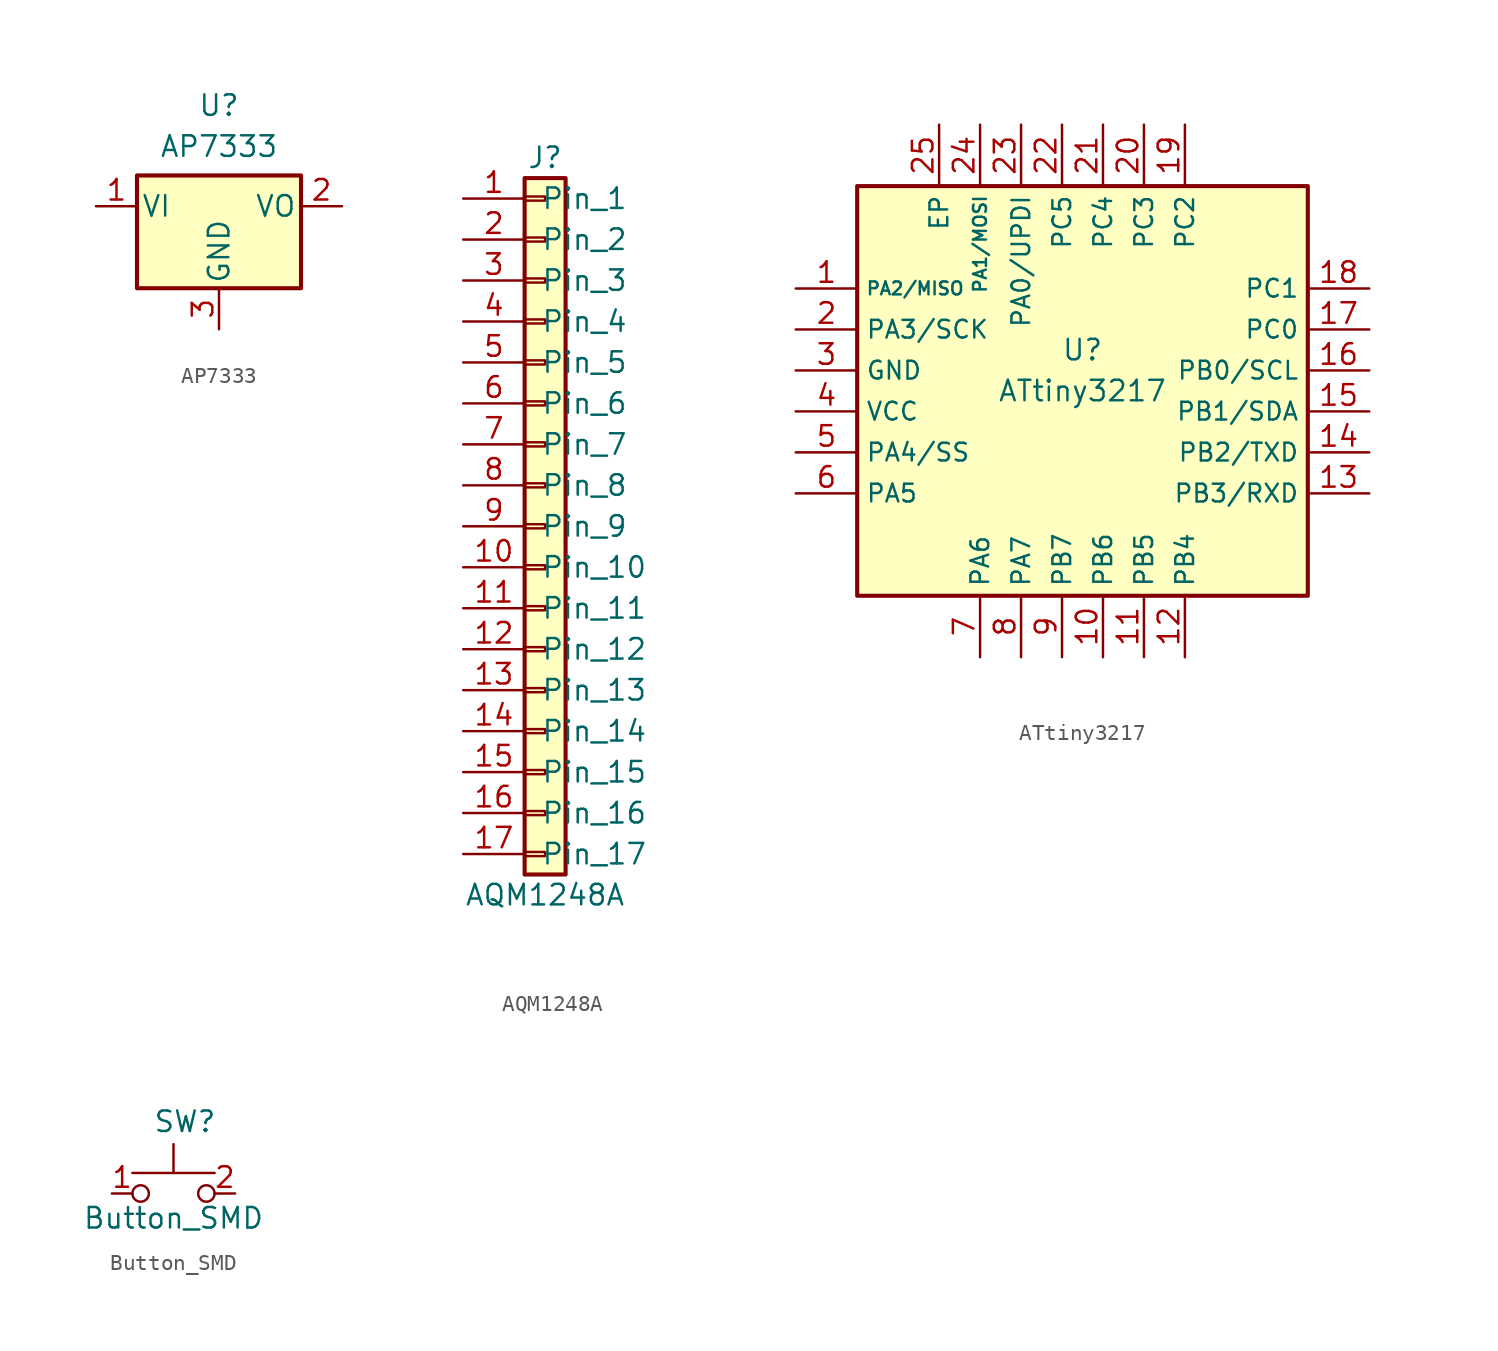
<source format=kicad_sym>
(kicad_symbol_lib
  (version 20220914)
  (generator kicad_symbol_editor)
  (symbol "AP7333"
    (pin_names
      (offset 0.254))
    (property "Reference" "U"
      (at 0 6.985 0)
      (effects (font (size 1.27 1.27)) (justify top)))
    (property "Value" "AP7333"
      (at 0 4.445 0)
      (effects (font (size 1.27 1.27)) (justify top)))
    (symbol "AP7333_0_1"
      (rectangle (start -5.08 -5.08) (end 5.08 1.905) (stroke (width 0.254) (type default)) (fill (type background))))
    (symbol "AP7333_1_1"
      (pin power_in line (at -7.62 0 0) (length 2.54) (name "VI" (effects (font (size 1.27 1.27)))) (number "1" (effects (font (size 1.27 1.27)))))
      (pin power_out line (at 7.62 0 180) (length 2.54) (name "VO" (effects (font (size 1.27 1.27)))) (number "2" (effects (font (size 1.27 1.27)))))
      (pin power_in line (at 0 -7.62 90) (length 2.54) (name "GND" (effects (font (size 1.27 1.27)))) (number "3" (effects (font (size 1.27 1.27)))))))
  (symbol "AQM1248A"
    (pin_names
      (offset 1.016))
    (property "Reference" "J"
      (at 0 22.86 0)
      (effects (font (size 1.27 1.27))))
    (property "Value" "AQM1248A"
      (at 0 -22.86 0)
      (effects (font (size 1.27 1.27))))
    (symbol "AQM1248A_1_1"
      (rectangle (start -1.27 -20.193) (end 0 -20.447) (stroke (width 0.152) (type default)) (fill (type none)))
      (rectangle (start -1.27 -17.653) (end 0 -17.907) (stroke (width 0.152) (type default)) (fill (type none)))
      (rectangle (start -1.27 -15.113) (end 0 -15.367) (stroke (width 0.152) (type default)) (fill (type none)))
      (rectangle (start -1.27 -12.573) (end 0 -12.827) (stroke (width 0.152) (type default)) (fill (type none)))
      (rectangle (start -1.27 -10.033) (end 0 -10.287) (stroke (width 0.152) (type default)) (fill (type none)))
      (rectangle (start -1.27 -7.493) (end 0 -7.747) (stroke (width 0.152) (type default)) (fill (type none)))
      (rectangle (start -1.27 -4.953) (end 0 -5.207) (stroke (width 0.152) (type default)) (fill (type none)))
      (rectangle (start -1.27 -2.413) (end 0 -2.667) (stroke (width 0.152) (type default)) (fill (type none)))
      (rectangle (start -1.27 0.127) (end 0 -0.127) (stroke (width 0.152) (type default)) (fill (type none)))
      (rectangle (start -1.27 2.667) (end 0 2.413) (stroke (width 0.152) (type default)) (fill (type none)))
      (rectangle (start -1.27 5.207) (end 0 4.953) (stroke (width 0.152) (type default)) (fill (type none)))
      (rectangle (start -1.27 7.747) (end 0 7.493) (stroke (width 0.152) (type default)) (fill (type none)))
      (rectangle (start -1.27 10.287) (end 0 10.033) (stroke (width 0.152) (type default)) (fill (type none)))
      (rectangle (start -1.27 12.827) (end 0 12.573) (stroke (width 0.152) (type default)) (fill (type none)))
      (rectangle (start -1.27 15.367) (end 0 15.113) (stroke (width 0.152) (type default)) (fill (type none)))
      (rectangle (start -1.27 17.907) (end 0 17.653) (stroke (width 0.152) (type default)) (fill (type none)))
      (rectangle (start -1.27 20.447) (end 0 20.193) (stroke (width 0.152) (type default)) (fill (type none)))
      (rectangle (start -1.27 21.59) (end 1.27 -21.59) (stroke (width 0.254) (type default)) (fill (type background)))
      (pin passive line (at -5.08 20.32 0) (length 3.81) (name "Pin_1" (effects (font (size 1.27 1.27)))) (number "1" (effects (font (size 1.27 1.27)))))
      (pin passive line (at -5.08 -2.54 0) (length 3.81) (name "Pin_10" (effects (font (size 1.27 1.27)))) (number "10" (effects (font (size 1.27 1.27)))))
      (pin passive line (at -5.08 -5.08 0) (length 3.81) (name "Pin_11" (effects (font (size 1.27 1.27)))) (number "11" (effects (font (size 1.27 1.27)))))
      (pin passive line (at -5.08 -7.62 0) (length 3.81) (name "Pin_12" (effects (font (size 1.27 1.27)))) (number "12" (effects (font (size 1.27 1.27)))))
      (pin passive line (at -5.08 -10.16 0) (length 3.81) (name "Pin_13" (effects (font (size 1.27 1.27)))) (number "13" (effects (font (size 1.27 1.27)))))
      (pin passive line (at -5.08 -12.7 0) (length 3.81) (name "Pin_14" (effects (font (size 1.27 1.27)))) (number "14" (effects (font (size 1.27 1.27)))))
      (pin passive line (at -5.08 -15.24 0) (length 3.81) (name "Pin_15" (effects (font (size 1.27 1.27)))) (number "15" (effects (font (size 1.27 1.27)))))
      (pin passive line (at -5.08 -17.78 0) (length 3.81) (name "Pin_16" (effects (font (size 1.27 1.27)))) (number "16" (effects (font (size 1.27 1.27)))))
      (pin passive line (at -5.08 -20.32 0) (length 3.81) (name "Pin_17" (effects (font (size 1.27 1.27)))) (number "17" (effects (font (size 1.27 1.27)))))
      (pin passive line (at -5.08 17.78 0) (length 3.81) (name "Pin_2" (effects (font (size 1.27 1.27)))) (number "2" (effects (font (size 1.27 1.27)))))
      (pin passive line (at -5.08 15.24 0) (length 3.81) (name "Pin_3" (effects (font (size 1.27 1.27)))) (number "3" (effects (font (size 1.27 1.27)))))
      (pin passive line (at -5.08 12.7 0) (length 3.81) (name "Pin_4" (effects (font (size 1.27 1.27)))) (number "4" (effects (font (size 1.27 1.27)))))
      (pin passive line (at -5.08 10.16 0) (length 3.81) (name "Pin_5" (effects (font (size 1.27 1.27)))) (number "5" (effects (font (size 1.27 1.27)))))
      (pin passive line (at -5.08 7.62 0) (length 3.81) (name "Pin_6" (effects (font (size 1.27 1.27)))) (number "6" (effects (font (size 1.27 1.27)))))
      (pin passive line (at -5.08 5.08 0) (length 3.81) (name "Pin_7" (effects (font (size 1.27 1.27)))) (number "7" (effects (font (size 1.27 1.27)))))
      (pin passive line (at -5.08 2.54 0) (length 3.81) (name "Pin_8" (effects (font (size 1.27 1.27)))) (number "8" (effects (font (size 1.27 1.27)))))
      (pin passive line (at -5.08 0 0) (length 3.81) (name "Pin_9" (effects (font (size 1.27 1.27)))) (number "9" (effects (font (size 1.27 1.27)))))))
  (symbol "ATtiny3217"
    (property "Reference" "U"
      (at 0 2.54 0)
      (effects (font (size 1.27 1.27))))
    (property "Value" "ATtiny3217"
      (at 0 0 0)
      (effects (font (size 1.27 1.27))))
    (symbol "ATtiny3217_0_1"
      (rectangle (start -13.97 12.7) (end 13.97 -12.7) (stroke (width 0.254) (type default)) (fill (type background))))
    (symbol "ATtiny3217_1_1"
      (pin bidirectional line (at -17.78 6.35 0) (length 3.81) (name "PA2/MISO" (effects (font (size 0.8 0.8)))) (number "1" (effects (font (size 1.27 1.27)))))
      (pin bidirectional line (at 1.27 -16.51 90) (length 3.81) (name "PB6" (effects (font (size 1.1 1.1)))) (number "10" (effects (font (size 1.27 1.27)))))
      (pin bidirectional line (at 3.81 -16.51 90) (length 3.81) (name "PB5" (effects (font (size 1.1 1.1)))) (number "11" (effects (font (size 1.27 1.27)))))
      (pin bidirectional line (at 6.35 -16.51 90) (length 3.81) (name "PB4" (effects (font (size 1.1 1.1)))) (number "12" (effects (font (size 1.27 1.27)))))
      (pin bidirectional line (at 17.78 -6.35 180) (length 3.81) (name "PB3/RXD" (effects (font (size 1.1 1.1)))) (number "13" (effects (font (size 1.27 1.27)))))
      (pin bidirectional line (at 17.78 -3.81 180) (length 3.81) (name "PB2/TXD" (effects (font (size 1.1 1.1)))) (number "14" (effects (font (size 1.27 1.27)))))
      (pin bidirectional line (at 17.78 -1.27 180) (length 3.81) (name "PB1/SDA" (effects (font (size 1.1 1.1)))) (number "15" (effects (font (size 1.27 1.27)))))
      (pin bidirectional line (at 17.78 1.27 180) (length 3.81) (name "PB0/SCL" (effects (font (size 1.1 1.1)))) (number "16" (effects (font (size 1.27 1.27)))))
      (pin bidirectional line (at 17.78 3.81 180) (length 3.81) (name "PC0" (effects (font (size 1.1 1.1)))) (number "17" (effects (font (size 1.27 1.27)))))
      (pin bidirectional line (at 17.78 6.35 180) (length 3.81) (name "PC1" (effects (font (size 1.1 1.1)))) (number "18" (effects (font (size 1.27 1.27)))))
      (pin bidirectional line (at 6.35 16.51 270) (length 3.81) (name "PC2" (effects (font (size 1.1 1.1)))) (number "19" (effects (font (size 1.27 1.27)))))
      (pin bidirectional line (at -17.78 3.81 0) (length 3.81) (name "PA3/SCK" (effects (font (size 1.1 1.1)))) (number "2" (effects (font (size 1.27 1.27)))))
      (pin bidirectional line (at 3.81 16.51 270) (length 3.81) (name "PC3" (effects (font (size 1.1 1.1)))) (number "20" (effects (font (size 1.27 1.27)))))
      (pin bidirectional line (at 1.27 16.51 270) (length 3.81) (name "PC4" (effects (font (size 1.1 1.1)))) (number "21" (effects (font (size 1.27 1.27)))))
      (pin bidirectional line (at -1.27 16.51 270) (length 3.81) (name "PC5" (effects (font (size 1.1 1.1)))) (number "22" (effects (font (size 1.27 1.27)))))
      (pin bidirectional line (at -3.81 16.51 270) (length 3.81) (name "PA0/UPDI" (effects (font (size 1.1 1.1)))) (number "23" (effects (font (size 1.27 1.27)))))
      (pin bidirectional line (at -6.35 16.51 270) (length 3.81) (name "PA1/MOSI" (effects (font (size 0.8 0.8)))) (number "24" (effects (font (size 1.27 1.27)))))
      (pin power_in line (at -8.89 16.51 270) (length 3.81) (name "EP" (effects (font (size 1.1 1.1)))) (number "25" (effects (font (size 1.27 1.27)))))
      (pin power_in line (at -17.78 1.27 0) (length 3.81) (name "GND" (effects (font (size 1.1 1.1)))) (number "3" (effects (font (size 1.27 1.27)))))
      (pin power_in line (at -17.78 -1.27 0) (length 3.81) (name "VCC" (effects (font (size 1.1 1.1)))) (number "4" (effects (font (size 1.27 1.27)))))
      (pin bidirectional line (at -17.78 -3.81 0) (length 3.81) (name "PA4/SS" (effects (font (size 1.1 1.1)))) (number "5" (effects (font (size 1.27 1.27)))))
      (pin bidirectional line (at -17.78 -6.35 0) (length 3.81) (name "PA5" (effects (font (size 1.1 1.1)))) (number "6" (effects (font (size 1.27 1.27)))))
      (pin bidirectional line (at -6.35 -16.51 90) (length 3.81) (name "PA6" (effects (font (size 1.1 1.1)))) (number "7" (effects (font (size 1.27 1.27)))))
      (pin bidirectional line (at -3.81 -16.51 90) (length 3.81) (name "PA7" (effects (font (size 1.1 1.1)))) (number "8" (effects (font (size 1.27 1.27)))))
      (pin bidirectional line (at -1.27 -16.51 90) (length 3.81) (name "PB7" (effects (font (size 1.1 1.1)))) (number "9" (effects (font (size 1.27 1.27)))))))
  (symbol "Button_SMD"
    (pin_names
      (offset 1.016) hide)
    (property "Reference" "SW"
      (at -1.27 4.445 0)
      (effects (font (size 1.27 1.27)) (justify left)))
    (property "Value" "Button_SMD"
      (at 0 -1.524 0)
      (effects (font (size 1.27 1.27))))
    (symbol "Button_SMD_0_1"
      (circle (center -2.032 0) (radius 0.508) (stroke (width 0) (type default)) (fill (type none)))
      (polyline (pts (xy 0 1.27) (xy 0 3.048)) (stroke (width 0) (type default)) (fill (type none)))
      (polyline (pts (xy 2.54 1.27) (xy -2.54 1.27)) (stroke (width 0) (type default)) (fill (type none)))
      (circle (center 2.032 0) (radius 0.508) (stroke (width 0) (type default)) (fill (type none))))
    (symbol "Button_SMD_1_1"
      (pin passive line (at -3.81 0 0) (length 1.27) (name "1" (effects (font (size 1.27 1.27)))) (number "1" (effects (font (size 1.27 1.27)))))
      (pin passive line (at 3.81 0 180) (length 1.27) (name "2" (effects (font (size 1.27 1.27)))) (number "2" (effects (font (size 1.27 1.27))))))))
</source>
